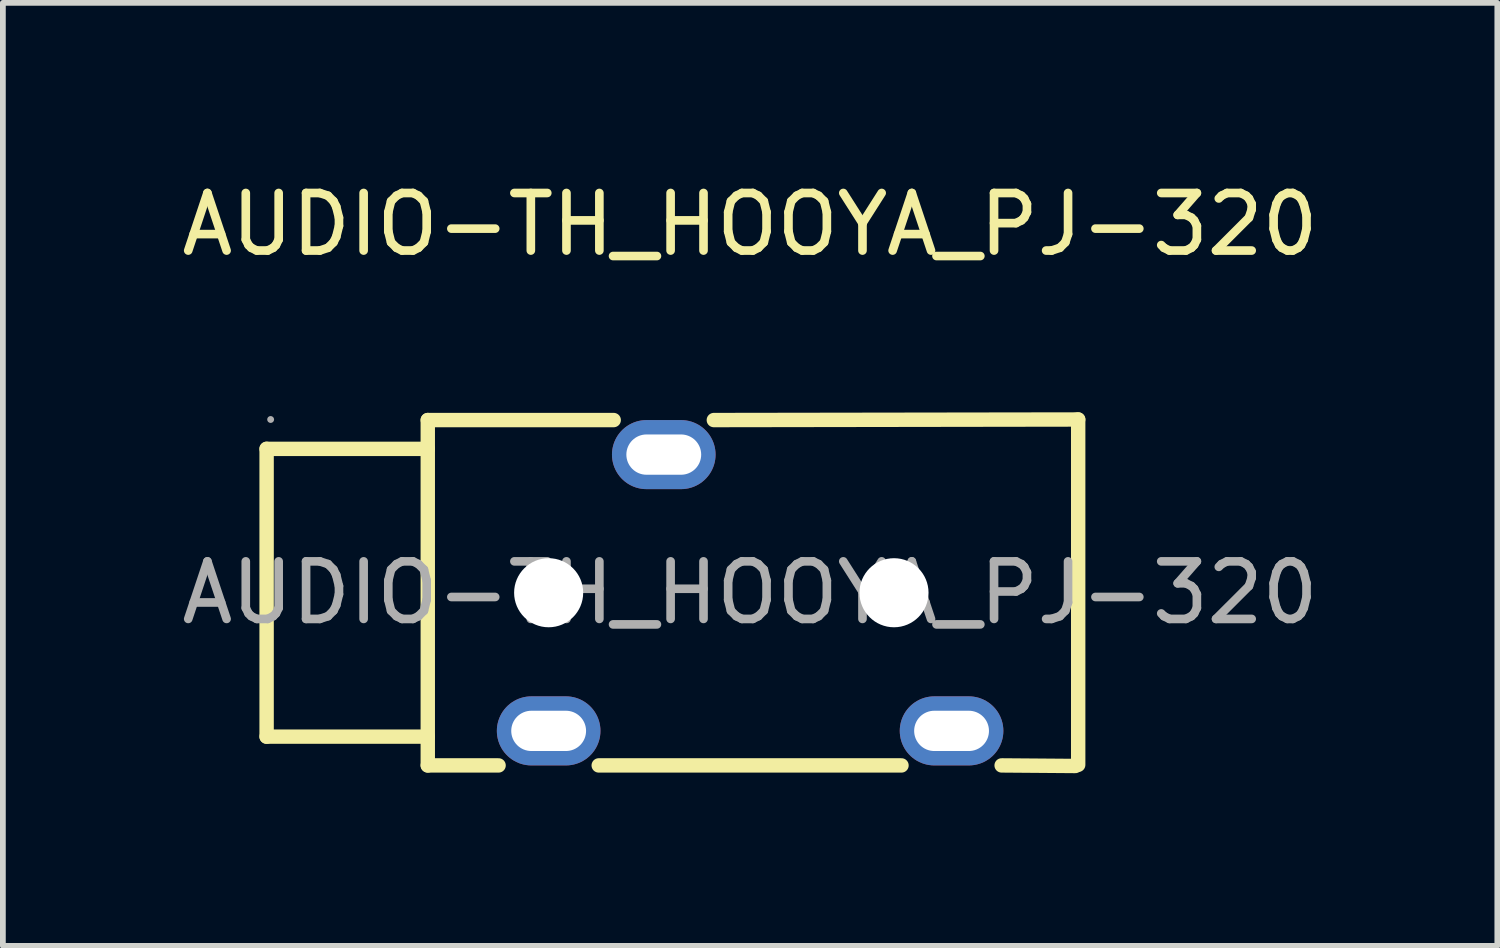
<source format=kicad_pcb>
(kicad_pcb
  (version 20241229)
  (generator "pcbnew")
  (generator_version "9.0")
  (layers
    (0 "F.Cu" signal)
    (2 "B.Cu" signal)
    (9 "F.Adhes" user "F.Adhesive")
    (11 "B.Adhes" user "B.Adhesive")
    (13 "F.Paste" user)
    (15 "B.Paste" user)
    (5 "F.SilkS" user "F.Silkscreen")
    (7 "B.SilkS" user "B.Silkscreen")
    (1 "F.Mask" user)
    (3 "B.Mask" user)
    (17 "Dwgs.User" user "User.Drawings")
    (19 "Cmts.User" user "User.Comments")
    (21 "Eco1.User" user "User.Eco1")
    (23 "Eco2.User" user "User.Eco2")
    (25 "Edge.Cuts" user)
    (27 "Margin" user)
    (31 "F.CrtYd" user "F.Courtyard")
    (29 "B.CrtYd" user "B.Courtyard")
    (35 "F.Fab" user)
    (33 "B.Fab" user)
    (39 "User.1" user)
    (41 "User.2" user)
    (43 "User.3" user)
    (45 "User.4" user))
  (footprint "AUDIO-TH_HOOYA_PJ-320"
    (layer "F.Cu")
    (at 9.982 7.248)
    (property "Reference" "AUDIO-TH_HOOYA_PJ-320" (at 0 -6.4 0) (layer "F.SilkS") (effects (font (size 1 1) (thickness 0.15))))
    (attr smd)
    (fp_line (start -8.4 -2.5) (end -8.4 2.5) (stroke (width 0.25) (type solid)) (layer "F.SilkS"))
    (fp_line (start -5.6 -3) (end -5.6 3) (stroke (width 0.25) (type solid)) (layer "F.SilkS"))
    (fp_line (start -5.6 -3) (end -2.37 -3) (stroke (width 0.25) (type solid)) (layer "F.SilkS"))
    (fp_line (start -5.6 -2.5) (end -8.4 -2.5) (stroke (width 0.25) (type solid)) (layer "F.SilkS"))
    (fp_line (start -5.6 2.5) (end -8.4 2.5) (stroke (width 0.25) (type solid)) (layer "F.SilkS"))
    (fp_line (start -5.6 3) (end -4.37 3) (stroke (width 0.25) (type solid)) (layer "F.SilkS"))
    (fp_line (start -2.63 3) (end 2.63 3) (stroke (width 0.25) (type solid)) (layer "F.SilkS"))
    (fp_line (start -0.63 -3) (end 5.7 -3.01) (stroke (width 0.25) (type solid)) (layer "F.SilkS"))
    (fp_line (start 4.37 3) (end 5.65 3.01) (stroke (width 0.25) (type solid)) (layer "F.SilkS"))
    (fp_line (start 5.7 -3.01) (end 5.7 2.99) (stroke (width 0.25) (type solid)) (layer "F.SilkS"))
    (fp_circle (center -8.33 -3.01) (end -8.3 -3.01) (stroke (width 0.06) (type solid)) (fill no) (layer "F.Fab"))
    (fp_text user "${REFERENCE}" (at 0 0 0) (layer "F.Fab") (effects (font (size 1 1) (thickness 0.15))))
    (pad "" np_thru_hole circle (at -3.5 0) (size 1.2 1.2) (drill 1.2) (layers "*.Cu" "*.Mask"))
    (pad "" np_thru_hole circle (at 2.5 0) (size 1.2 1.2) (drill 1.2) (layers "*.Cu" "*.Mask"))
    (pad "2" thru_hole oval (at -1.5 -2.4 270) (size 1.2 1.8) (drill oval 0.7 1.3) (layers "*.Cu" "*.Paste" "*.Mask"))
    (pad "3" thru_hole oval (at -3.5 2.4 270) (size 1.2 1.8) (drill oval 0.7 1.3) (layers "*.Cu" "*.Paste" "*.Mask"))
    (pad "4" thru_hole oval (at 3.5 2.4 270) (size 1.2 1.8) (drill oval 0.7 1.3) (layers "*.Cu" "*.Paste" "*.Mask")))
  (gr_rect
    (start -3 -3)
    (end 22.964 13.383)
    (stroke (width 0.1) (type default))
    (fill no)
    (layer "Edge.Cuts")))
</source>
